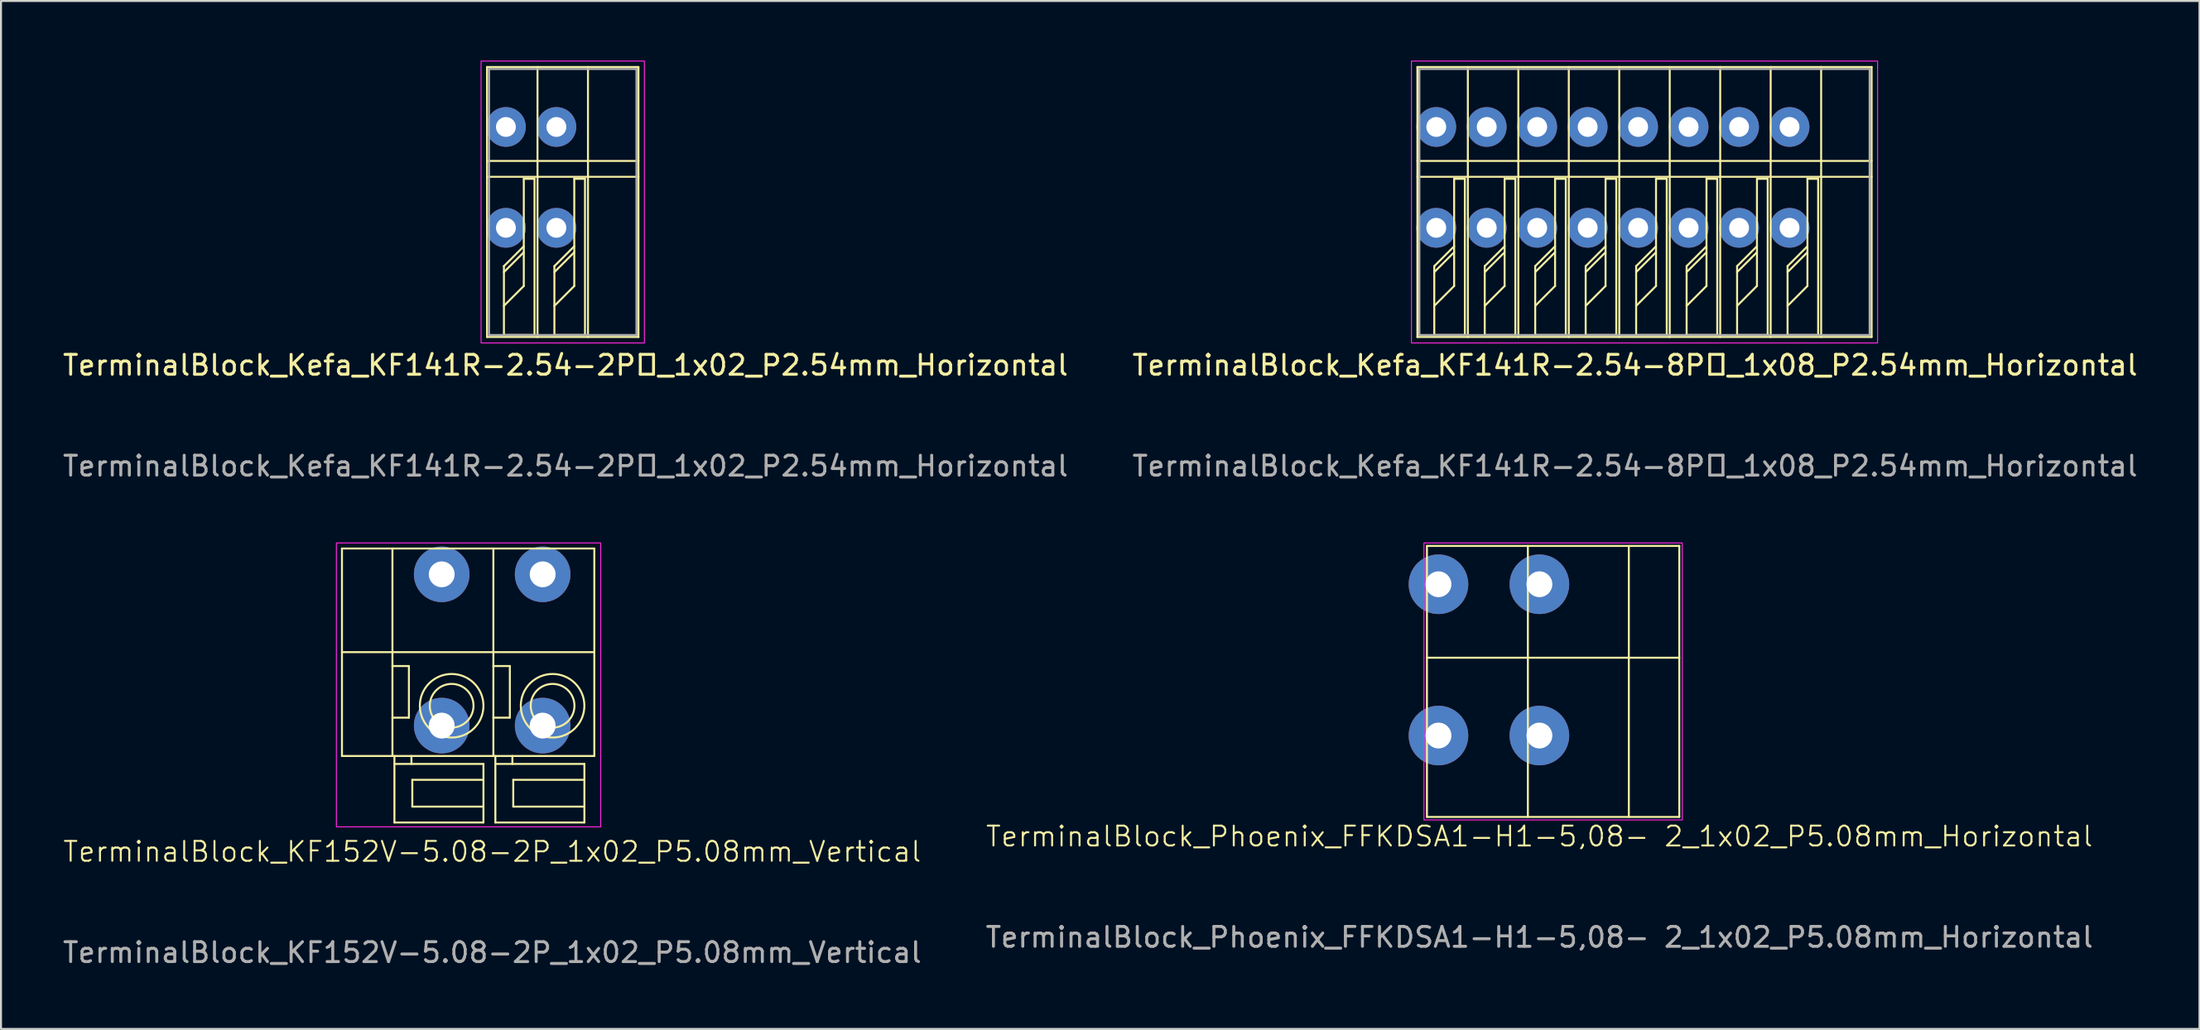
<source format=kicad_pcb>
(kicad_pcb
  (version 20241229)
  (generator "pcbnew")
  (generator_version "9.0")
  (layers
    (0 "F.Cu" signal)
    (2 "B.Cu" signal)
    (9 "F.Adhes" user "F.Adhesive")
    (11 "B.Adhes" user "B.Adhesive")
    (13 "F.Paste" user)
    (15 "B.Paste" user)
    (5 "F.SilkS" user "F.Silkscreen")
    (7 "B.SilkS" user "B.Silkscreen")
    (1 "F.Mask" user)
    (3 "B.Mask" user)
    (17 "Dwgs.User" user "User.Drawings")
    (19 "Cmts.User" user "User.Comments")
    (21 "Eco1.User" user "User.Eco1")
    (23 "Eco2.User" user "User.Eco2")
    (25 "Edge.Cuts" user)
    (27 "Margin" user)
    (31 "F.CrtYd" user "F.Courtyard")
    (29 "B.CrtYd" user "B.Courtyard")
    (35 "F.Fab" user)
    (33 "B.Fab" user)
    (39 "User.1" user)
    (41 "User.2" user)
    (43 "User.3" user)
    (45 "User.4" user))
  (footprint "TerminalBlock_Kefa_KF141R-2.54-2P_1x02_P2.54mm_Horizontal"
    (layer "F.Cu")
    (at 22.411 8.425)
    (property "Reference" "TerminalBlock_Kefa_KF141R-2.54-2P_1x02_P2.54mm_Horizontal" (at 3 6.92 0) (unlocked yes) (layer "F.SilkS") (effects (font (size 1 1) (thickness 0.15))))
    (attr through_hole)
    (fp_line (start -0.95 5.5) (end -0.95 -8.1) (stroke (width 0.1) (type default)) (layer "F.SilkS"))
    (fp_line (start -0.1 1.93) (end -0.1 5.4) (stroke (width 0.1) (type default)) (layer "F.SilkS"))
    (fp_line (start -0.1 1.93) (end 0.9 0.93) (stroke (width 0.1) (type default)) (layer "F.SilkS"))
    (fp_line (start -0.1 5.4) (end 1.44 5.4) (stroke (width 0.1) (type default)) (layer "F.SilkS"))
    (fp_line (start 0.9 -2.47) (end 0.9 2.93) (stroke (width 0.1) (type default)) (layer "F.SilkS"))
    (fp_line (start 0.9 -2.47) (end 1.44 -2.47) (stroke (width 0.1) (type default)) (layer "F.SilkS"))
    (fp_line (start 0.9 1.23) (end -0.1 2.23) (stroke (width 0.1) (type default)) (layer "F.SilkS"))
    (fp_line (start 0.9 2.93) (end -0.1 3.93) (stroke (width 0.1) (type default)) (layer "F.SilkS"))
    (fp_line (start 1.44 5.4) (end 1.44 -2.47) (stroke (width 0.1) (type default)) (layer "F.SilkS"))
    (fp_line (start 1.59 5.5) (end 1.59 -8.1) (stroke (width 0.1) (type default)) (layer "F.SilkS"))
    (fp_line (start 2.44 1.93) (end 2.44 5.4) (stroke (width 0.1) (type default)) (layer "F.SilkS"))
    (fp_line (start 2.44 1.93) (end 3.44 0.93) (stroke (width 0.1) (type default)) (layer "F.SilkS"))
    (fp_line (start 2.44 5.4) (end 3.98 5.4) (stroke (width 0.1) (type default)) (layer "F.SilkS"))
    (fp_line (start 3.44 -2.47) (end 3.44 2.93) (stroke (width 0.1) (type default)) (layer "F.SilkS"))
    (fp_line (start 3.44 -2.47) (end 3.98 -2.47) (stroke (width 0.1) (type default)) (layer "F.SilkS"))
    (fp_line (start 3.44 1.23) (end 2.44 2.23) (stroke (width 0.1) (type default)) (layer "F.SilkS"))
    (fp_line (start 3.44 2.93) (end 2.44 3.93) (stroke (width 0.1) (type default)) (layer "F.SilkS"))
    (fp_line (start 3.98 5.4) (end 3.98 -2.47) (stroke (width 0.1) (type default)) (layer "F.SilkS"))
    (fp_line (start 4.13 5.5) (end 4.13 -8.1) (stroke (width 0.1) (type default)) (layer "F.SilkS"))
    (fp_line (start 6.67 -8.1) (end -0.95 -8.1) (stroke (width 0.1) (type default)) (layer "F.SilkS"))
    (fp_line (start 6.67 -8.1) (end 6.67 5.5) (stroke (width 0.1) (type default)) (layer "F.SilkS"))
    (fp_line (start 6.67 -3.37) (end -0.95 -3.37) (stroke (width 0.1) (type default)) (layer "F.SilkS"))
    (fp_line (start 6.67 -2.57) (end -0.95 -2.57) (stroke (width 0.1) (type default)) (layer "F.SilkS"))
    (fp_line (start 6.67 5.5) (end -0.95 5.5) (stroke (width 0.1) (type default)) (layer "F.SilkS"))
    (fp_rect (start 6.97 5.8) (end -1.25 -8.4) (stroke (width 0.05) (type default)) (fill no) (layer "F.CrtYd"))
    (fp_line (start -0.85 -8) (end 6.57 -8) (stroke (width 0.1) (type default)) (layer "F.Fab"))
    (fp_line (start -0.85 5.4) (end -0.85 -8) (stroke (width 0.1) (type default)) (layer "F.Fab"))
    (fp_line (start 6.57 -8) (end 6.57 5.4) (stroke (width 0.1) (type default)) (layer "F.Fab"))
    (fp_line (start 6.57 5.4) (end -0.85 5.4) (stroke (width 0.1) (type default)) (layer "F.Fab"))
    (fp_text user "${REFERENCE}" (at 3 12 0) (unlocked yes) (layer "F.Fab") (effects (font (size 1 1) (thickness 0.15))))
    (pad "1" thru_hole circle (at 0 -5.08 180) (size 2 2) (drill 1) (layers "*.Cu" "*.Mask"))
    (pad "1" thru_hole circle (at 0 0 180) (size 2 2) (drill 1) (layers "*.Cu" "*.Mask"))
    (pad "2" thru_hole circle (at 2.54 -5.08 180) (size 2 2) (drill 1) (layers "*.Cu" "*.Mask"))
    (pad "2" thru_hole circle (at 2.54 0 180) (size 2 2) (drill 1) (layers "*.Cu" "*.Mask")))
  (footprint "TerminalBlock_Kefa_KF141R-2.54-8P_1x08_P2.54mm_Horizontal"
    (layer "F.Cu")
    (at 69.232 8.425)
    (property "Reference" "TerminalBlock_Kefa_KF141R-2.54-8P_1x08_P2.54mm_Horizontal" (at 10 6.92 0) (unlocked yes) (layer "F.SilkS") (effects (font (size 1 1) (thickness 0.15))))
    (attr through_hole)
    (fp_line (start -0.95 5.5) (end -0.95 -8.1) (stroke (width 0.1) (type default)) (layer "F.SilkS"))
    (fp_line (start -0.1 1.93) (end -0.1 5.4) (stroke (width 0.1) (type default)) (layer "F.SilkS"))
    (fp_line (start -0.1 1.93) (end 0.9 0.93) (stroke (width 0.1) (type default)) (layer "F.SilkS"))
    (fp_line (start -0.1 5.4) (end 1.44 5.4) (stroke (width 0.1) (type default)) (layer "F.SilkS"))
    (fp_line (start 0.9 -2.47) (end 0.9 2.93) (stroke (width 0.1) (type default)) (layer "F.SilkS"))
    (fp_line (start 0.9 -2.47) (end 1.44 -2.47) (stroke (width 0.1) (type default)) (layer "F.SilkS"))
    (fp_line (start 0.9 1.23) (end -0.1 2.23) (stroke (width 0.1) (type default)) (layer "F.SilkS"))
    (fp_line (start 0.9 2.93) (end -0.1 3.93) (stroke (width 0.1) (type default)) (layer "F.SilkS"))
    (fp_line (start 1.44 5.4) (end 1.44 -2.47) (stroke (width 0.1) (type default)) (layer "F.SilkS"))
    (fp_line (start 1.59 5.5) (end 1.59 -8.1) (stroke (width 0.1) (type default)) (layer "F.SilkS"))
    (fp_line (start 2.44 1.93) (end 2.44 5.4) (stroke (width 0.1) (type default)) (layer "F.SilkS"))
    (fp_line (start 2.44 1.93) (end 3.44 0.93) (stroke (width 0.1) (type default)) (layer "F.SilkS"))
    (fp_line (start 2.44 5.4) (end 3.98 5.4) (stroke (width 0.1) (type default)) (layer "F.SilkS"))
    (fp_line (start 3.44 -2.47) (end 3.44 2.93) (stroke (width 0.1) (type default)) (layer "F.SilkS"))
    (fp_line (start 3.44 -2.47) (end 3.98 -2.47) (stroke (width 0.1) (type default)) (layer "F.SilkS"))
    (fp_line (start 3.44 1.23) (end 2.44 2.23) (stroke (width 0.1) (type default)) (layer "F.SilkS"))
    (fp_line (start 3.44 2.93) (end 2.44 3.93) (stroke (width 0.1) (type default)) (layer "F.SilkS"))
    (fp_line (start 3.98 5.4) (end 3.98 -2.47) (stroke (width 0.1) (type default)) (layer "F.SilkS"))
    (fp_line (start 4.13 5.5) (end 4.13 -8.1) (stroke (width 0.1) (type default)) (layer "F.SilkS"))
    (fp_line (start 4.98 1.93) (end 4.98 5.4) (stroke (width 0.1) (type default)) (layer "F.SilkS"))
    (fp_line (start 4.98 1.93) (end 5.98 0.93) (stroke (width 0.1) (type default)) (layer "F.SilkS"))
    (fp_line (start 4.98 5.4) (end 6.52 5.4) (stroke (width 0.1) (type default)) (layer "F.SilkS"))
    (fp_line (start 5.98 -2.47) (end 5.98 2.93) (stroke (width 0.1) (type default)) (layer "F.SilkS"))
    (fp_line (start 5.98 -2.47) (end 6.52 -2.47) (stroke (width 0.1) (type default)) (layer "F.SilkS"))
    (fp_line (start 5.98 1.23) (end 4.98 2.23) (stroke (width 0.1) (type default)) (layer "F.SilkS"))
    (fp_line (start 5.98 2.93) (end 4.98 3.93) (stroke (width 0.1) (type default)) (layer "F.SilkS"))
    (fp_line (start 6.52 5.4) (end 6.52 -2.47) (stroke (width 0.1) (type default)) (layer "F.SilkS"))
    (fp_line (start 6.67 5.5) (end 6.67 -8.1) (stroke (width 0.1) (type default)) (layer "F.SilkS"))
    (fp_line (start 7.52 1.93) (end 7.52 5.4) (stroke (width 0.1) (type default)) (layer "F.SilkS"))
    (fp_line (start 7.52 1.93) (end 8.52 0.93) (stroke (width 0.1) (type default)) (layer "F.SilkS"))
    (fp_line (start 7.52 5.4) (end 9.06 5.4) (stroke (width 0.1) (type default)) (layer "F.SilkS"))
    (fp_line (start 8.52 -2.47) (end 8.52 2.93) (stroke (width 0.1) (type default)) (layer "F.SilkS"))
    (fp_line (start 8.52 -2.47) (end 9.06 -2.47) (stroke (width 0.1) (type default)) (layer "F.SilkS"))
    (fp_line (start 8.52 1.23) (end 7.52 2.23) (stroke (width 0.1) (type default)) (layer "F.SilkS"))
    (fp_line (start 8.52 2.93) (end 7.52 3.93) (stroke (width 0.1) (type default)) (layer "F.SilkS"))
    (fp_line (start 9.06 5.4) (end 9.06 -2.47) (stroke (width 0.1) (type default)) (layer "F.SilkS"))
    (fp_line (start 9.21 5.5) (end 9.21 -8.1) (stroke (width 0.1) (type default)) (layer "F.SilkS"))
    (fp_line (start 10.06 1.93) (end 10.06 5.4) (stroke (width 0.1) (type default)) (layer "F.SilkS"))
    (fp_line (start 10.06 1.93) (end 11.06 0.93) (stroke (width 0.1) (type default)) (layer "F.SilkS"))
    (fp_line (start 10.06 5.4) (end 11.6 5.4) (stroke (width 0.1) (type default)) (layer "F.SilkS"))
    (fp_line (start 11.06 -2.47) (end 11.06 2.93) (stroke (width 0.1) (type default)) (layer "F.SilkS"))
    (fp_line (start 11.06 -2.47) (end 11.6 -2.47) (stroke (width 0.1) (type default)) (layer "F.SilkS"))
    (fp_line (start 11.06 1.23) (end 10.06 2.23) (stroke (width 0.1) (type default)) (layer "F.SilkS"))
    (fp_line (start 11.06 2.93) (end 10.06 3.93) (stroke (width 0.1) (type default)) (layer "F.SilkS"))
    (fp_line (start 11.6 5.4) (end 11.6 -2.47) (stroke (width 0.1) (type default)) (layer "F.SilkS"))
    (fp_line (start 11.75 5.5) (end 11.75 -8.1) (stroke (width 0.1) (type default)) (layer "F.SilkS"))
    (fp_line (start 12.6 1.93) (end 12.6 5.4) (stroke (width 0.1) (type default)) (layer "F.SilkS"))
    (fp_line (start 12.6 1.93) (end 13.6 0.93) (stroke (width 0.1) (type default)) (layer "F.SilkS"))
    (fp_line (start 12.6 5.4) (end 14.14 5.4) (stroke (width 0.1) (type default)) (layer "F.SilkS"))
    (fp_line (start 13.6 -2.47) (end 13.6 2.93) (stroke (width 0.1) (type default)) (layer "F.SilkS"))
    (fp_line (start 13.6 -2.47) (end 14.14 -2.47) (stroke (width 0.1) (type default)) (layer "F.SilkS"))
    (fp_line (start 13.6 1.23) (end 12.6 2.23) (stroke (width 0.1) (type default)) (layer "F.SilkS"))
    (fp_line (start 13.6 2.93) (end 12.6 3.93) (stroke (width 0.1) (type default)) (layer "F.SilkS"))
    (fp_line (start 14.14 5.4) (end 14.14 -2.47) (stroke (width 0.1) (type default)) (layer "F.SilkS"))
    (fp_line (start 14.29 5.5) (end 14.29 -8.1) (stroke (width 0.1) (type default)) (layer "F.SilkS"))
    (fp_line (start 15.14 1.93) (end 15.14 5.4) (stroke (width 0.1) (type default)) (layer "F.SilkS"))
    (fp_line (start 15.14 1.93) (end 16.14 0.93) (stroke (width 0.1) (type default)) (layer "F.SilkS"))
    (fp_line (start 15.14 5.4) (end 16.68 5.4) (stroke (width 0.1) (type default)) (layer "F.SilkS"))
    (fp_line (start 16.14 -2.47) (end 16.14 2.93) (stroke (width 0.1) (type default)) (layer "F.SilkS"))
    (fp_line (start 16.14 -2.47) (end 16.68 -2.47) (stroke (width 0.1) (type default)) (layer "F.SilkS"))
    (fp_line (start 16.14 1.23) (end 15.14 2.23) (stroke (width 0.1) (type default)) (layer "F.SilkS"))
    (fp_line (start 16.14 2.93) (end 15.14 3.93) (stroke (width 0.1) (type default)) (layer "F.SilkS"))
    (fp_line (start 16.68 5.4) (end 16.68 -2.47) (stroke (width 0.1) (type default)) (layer "F.SilkS"))
    (fp_line (start 16.83 5.5) (end 16.83 -8.1) (stroke (width 0.1) (type default)) (layer "F.SilkS"))
    (fp_line (start 17.68 1.93) (end 17.68 5.4) (stroke (width 0.1) (type default)) (layer "F.SilkS"))
    (fp_line (start 17.68 1.93) (end 18.68 0.93) (stroke (width 0.1) (type default)) (layer "F.SilkS"))
    (fp_line (start 17.68 5.4) (end 19.22 5.4) (stroke (width 0.1) (type default)) (layer "F.SilkS"))
    (fp_line (start 18.68 -2.47) (end 18.68 2.93) (stroke (width 0.1) (type default)) (layer "F.SilkS"))
    (fp_line (start 18.68 -2.47) (end 19.22 -2.47) (stroke (width 0.1) (type default)) (layer "F.SilkS"))
    (fp_line (start 18.68 1.23) (end 17.68 2.23) (stroke (width 0.1) (type default)) (layer "F.SilkS"))
    (fp_line (start 18.68 2.93) (end 17.68 3.93) (stroke (width 0.1) (type default)) (layer "F.SilkS"))
    (fp_line (start 19.22 5.4) (end 19.22 -2.47) (stroke (width 0.1) (type default)) (layer "F.SilkS"))
    (fp_line (start 19.37 5.5) (end 19.37 -8.1) (stroke (width 0.1) (type default)) (layer "F.SilkS"))
    (fp_line (start 21.91 -8.1) (end -0.95 -8.1) (stroke (width 0.1) (type default)) (layer "F.SilkS"))
    (fp_line (start 21.91 -8.1) (end 21.91 5.5) (stroke (width 0.1) (type default)) (layer "F.SilkS"))
    (fp_line (start 21.91 -3.37) (end -0.95 -3.37) (stroke (width 0.1) (type default)) (layer "F.SilkS"))
    (fp_line (start 21.91 -2.57) (end -0.95 -2.57) (stroke (width 0.1) (type default)) (layer "F.SilkS"))
    (fp_line (start 21.91 5.5) (end -0.95 5.5) (stroke (width 0.1) (type default)) (layer "F.SilkS"))
    (fp_rect (start 22.21 5.8) (end -1.25 -8.4) (stroke (width 0.05) (type default)) (fill no) (layer "F.CrtYd"))
    (fp_line (start -0.85 -8) (end 21.81 -8) (stroke (width 0.1) (type default)) (layer "F.Fab"))
    (fp_line (start -0.85 5.4) (end -0.85 -8) (stroke (width 0.1) (type default)) (layer "F.Fab"))
    (fp_line (start 21.81 -8) (end 21.81 5.4) (stroke (width 0.1) (type default)) (layer "F.Fab"))
    (fp_line (start 21.81 5.4) (end -0.85 5.4) (stroke (width 0.1) (type default)) (layer "F.Fab"))
    (fp_text user "${REFERENCE}" (at 10 12 0) (unlocked yes) (layer "F.Fab") (effects (font (size 1 1) (thickness 0.15))))
    (pad "1" thru_hole circle (at 0 -5.08 180) (size 2 2) (drill 1) (layers "*.Cu" "*.Mask"))
    (pad "1" thru_hole circle (at 0 0 180) (size 2 2) (drill 1) (layers "*.Cu" "*.Mask"))
    (pad "2" thru_hole circle (at 2.54 -5.08 180) (size 2 2) (drill 1) (layers "*.Cu" "*.Mask"))
    (pad "2" thru_hole circle (at 2.54 0 180) (size 2 2) (drill 1) (layers "*.Cu" "*.Mask"))
    (pad "3" thru_hole circle (at 5.08 -5.08 180) (size 2 2) (drill 1) (layers "*.Cu" "*.Mask"))
    (pad "3" thru_hole circle (at 5.08 0 180) (size 2 2) (drill 1) (layers "*.Cu" "*.Mask"))
    (pad "4" thru_hole circle (at 7.62 -5.08 180) (size 2 2) (drill 1) (layers "*.Cu" "*.Mask"))
    (pad "4" thru_hole circle (at 7.62 0 180) (size 2 2) (drill 1) (layers "*.Cu" "*.Mask"))
    (pad "5" thru_hole circle (at 10.16 -5.08 180) (size 2 2) (drill 1) (layers "*.Cu" "*.Mask"))
    (pad "5" thru_hole circle (at 10.16 0 180) (size 2 2) (drill 1) (layers "*.Cu" "*.Mask"))
    (pad "6" thru_hole circle (at 12.7 -5.08 180) (size 2 2) (drill 1) (layers "*.Cu" "*.Mask"))
    (pad "6" thru_hole circle (at 12.7 0 180) (size 2 2) (drill 1) (layers "*.Cu" "*.Mask"))
    (pad "7" thru_hole circle (at 15.24 -5.08 180) (size 2 2) (drill 1) (layers "*.Cu" "*.Mask"))
    (pad "7" thru_hole circle (at 15.24 0 180) (size 2 2) (drill 1) (layers "*.Cu" "*.Mask"))
    (pad "8" thru_hole circle (at 17.78 -5.08 180) (size 2 2) (drill 1) (layers "*.Cu" "*.Mask"))
    (pad "8" thru_hole circle (at 17.78 0 180) (size 2 2) (drill 1) (layers "*.Cu" "*.Mask")))
  (footprint "TerminalBlock_Phoenix_FFKDSA1-H1-5,08- 2_1x02_P5.08mm_Horizontal"
    (layer "F.Cu")
    (at 69.343 33.998)
    (property "Reference" "TerminalBlock_Phoenix_FFKDSA1-H1-5,08- 2_1x02_P5.08mm_Horizontal" (at 5.08 5.08 0) (unlocked yes) (layer "F.SilkS") (effects (font (size 1 1) (thickness 0.1))))
    (attr through_hole)
    (fp_line (start -0.58 -9.55) (end 12.12 -9.55) (stroke (width 0.1) (type default)) (layer "F.SilkS"))
    (fp_line (start -0.58 4.1) (end -0.58 -9.55) (stroke (width 0.1) (type default)) (layer "F.SilkS"))
    (fp_line (start 4.5 4.1) (end 4.5 -9.55) (stroke (width 0.1) (type default)) (layer "F.SilkS"))
    (fp_line (start 9.58 4.1) (end 9.58 -9.55) (stroke (width 0.1) (type default)) (layer "F.SilkS"))
    (fp_line (start 12.12 -9.55) (end 12.12 4.1) (stroke (width 0.1) (type default)) (layer "F.SilkS"))
    (fp_line (start 12.12 -3.92) (end -0.58 -3.92) (stroke (width 0.1) (type default)) (layer "F.SilkS"))
    (fp_line (start 12.12 4.1) (end -0.58 4.1) (stroke (width 0.1) (type default)) (layer "F.SilkS"))
    (fp_rect (start 12.27 4.25) (end -0.73 -9.7) (stroke (width 0.05) (type default)) (fill no) (layer "F.CrtYd"))
    (fp_text user "${REFERENCE}" (at 5.08 10.16 0) (unlocked yes) (layer "F.Fab") (effects (font (size 1 1) (thickness 0.15))))
    (pad "1" thru_hole circle (at 0 -7.62 180) (size 3 3) (drill 1.3) (layers "*.Cu" "*.Mask"))
    (pad "1" thru_hole circle (at 0 0 180) (size 3 3) (drill 1.3) (layers "*.Cu" "*.Mask"))
    (pad "2" thru_hole circle (at 5.08 -7.62 180) (size 3 3) (drill 1.3) (layers "*.Cu" "*.Mask"))
    (pad "2" thru_hole circle (at 5.08 0 180) (size 3 3) (drill 1.3) (layers "*.Cu" "*.Mask")))
  (footprint "TerminalBlock_KF152V-5.08-2P_1x02_P5.08mm_Vertical"
    (layer "F.Cu")
    (at 19.18 33.498)
    (property "Reference" "TerminalBlock_KF152V-5.08-2P_1x02_P5.08mm_Vertical" (at 2.54 6.35 0) (unlocked yes) (layer "F.SilkS") (effects (font (size 1 1) (thickness 0.1))))
    (attr through_hole)
    (fp_line (start -5.02 -8.92) (end 7.68 -8.92) (stroke (width 0.1) (type default)) (layer "F.SilkS"))
    (fp_line (start -5.02 -3.7) (end 7.68 -3.7) (stroke (width 0.1) (type default)) (layer "F.SilkS"))
    (fp_line (start -5.02 1.53) (end -5.02 -8.92) (stroke (width 0.1) (type default)) (layer "F.SilkS"))
    (fp_line (start -5.02 1.53) (end 7.68 1.53) (stroke (width 0.1) (type default)) (layer "F.SilkS"))
    (fp_line (start -2.48 -8.92) (end -2.48 1.53) (stroke (width 0.1) (type default)) (layer "F.SilkS"))
    (fp_line (start -2.48 -3) (end -1.651 -3) (stroke (width 0.1) (type default)) (layer "F.SilkS"))
    (fp_line (start -2.38 1.93) (end 2.1 1.93) (stroke (width 0.1) (type default)) (layer "F.SilkS"))
    (fp_line (start -2.38 4.88) (end -2.38 1.53) (stroke (width 0.1) (type default)) (layer "F.SilkS"))
    (fp_line (start -1.651 -3) (end -1.651 -0.4) (stroke (width 0.1) (type default)) (layer "F.SilkS"))
    (fp_line (start -1.651 -0.4) (end -2.48 -0.4) (stroke (width 0.1) (type default)) (layer "F.SilkS"))
    (fp_line (start -1.524 1.93) (end -1.524 1.53) (stroke (width 0.1) (type default)) (layer "F.SilkS"))
    (fp_line (start -1.48 2.73) (end -1.48 4.08) (stroke (width 0.1) (type default)) (layer "F.SilkS"))
    (fp_line (start -1.48 4.08) (end 2.1 4.08) (stroke (width 0.1) (type default)) (layer "F.SilkS"))
    (fp_line (start 2.1 1.93) (end 2.1 4.88) (stroke (width 0.1) (type default)) (layer "F.SilkS"))
    (fp_line (start 2.1 2.73) (end -1.48 2.73) (stroke (width 0.1) (type default)) (layer "F.SilkS"))
    (fp_line (start 2.1 4.88) (end -2.38 4.88) (stroke (width 0.1) (type default)) (layer "F.SilkS"))
    (fp_line (start 2.6 -8.92) (end 2.6 1.53) (stroke (width 0.1) (type default)) (layer "F.SilkS"))
    (fp_line (start 2.6 -3) (end 3.429 -3) (stroke (width 0.1) (type default)) (layer "F.SilkS"))
    (fp_line (start 2.7 1.93) (end 7.18 1.93) (stroke (width 0.1) (type default)) (layer "F.SilkS"))
    (fp_line (start 2.7 4.88) (end 2.7 1.53) (stroke (width 0.1) (type default)) (layer "F.SilkS"))
    (fp_line (start 3.429 -3) (end 3.429 -0.4) (stroke (width 0.1) (type default)) (layer "F.SilkS"))
    (fp_line (start 3.429 -0.4) (end 2.6 -0.4) (stroke (width 0.1) (type default)) (layer "F.SilkS"))
    (fp_line (start 3.556 1.93) (end 3.556 1.53) (stroke (width 0.1) (type default)) (layer "F.SilkS"))
    (fp_line (start 3.6 2.73) (end 3.6 4.08) (stroke (width 0.1) (type default)) (layer "F.SilkS"))
    (fp_line (start 3.6 4.08) (end 7.18 4.08) (stroke (width 0.1) (type default)) (layer "F.SilkS"))
    (fp_line (start 7.18 1.93) (end 7.18 4.88) (stroke (width 0.1) (type default)) (layer "F.SilkS"))
    (fp_line (start 7.18 2.73) (end 3.6 2.73) (stroke (width 0.1) (type default)) (layer "F.SilkS"))
    (fp_line (start 7.18 4.88) (end 2.7 4.88) (stroke (width 0.1) (type default)) (layer "F.SilkS"))
    (fp_line (start 7.68 -8.92) (end 7.68 1.53) (stroke (width 0.1) (type default)) (layer "F.SilkS"))
    (fp_circle (center 0.5 -1) (end 1.6 -1) (stroke (width 0.1) (type default)) (fill no) (layer "F.SilkS"))
    (fp_circle (center 0.5 -1) (end 2.1 -1) (stroke (width 0.1) (type default)) (fill no) (layer "F.SilkS"))
    (fp_circle (center 5.58 -1) (end 6.68 -1) (stroke (width 0.1) (type default)) (fill no) (layer "F.SilkS"))
    (fp_circle (center 5.58 -1) (end 7.18 -1) (stroke (width 0.1) (type default)) (fill no) (layer "F.SilkS"))
    (fp_rect (start -5.3 -9.2) (end 8 5.1) (stroke (width 0.05) (type default)) (fill no) (layer "F.CrtYd"))
    (fp_text user "${REFERENCE}" (at 2.54 11.43 0) (unlocked yes) (layer "F.Fab") (effects (font (size 1 1) (thickness 0.15))))
    (pad "1" thru_hole circle (at 0 -7.62) (size 2.8 2.8) (drill 1.3) (layers "*.Cu" "*.Mask"))
    (pad "1" thru_hole circle (at 0 0) (size 2.8 2.8) (drill 1.3) (layers "*.Cu" "*.Mask"))
    (pad "2" thru_hole circle (at 5.08 -7.62) (size 2.8 2.8) (drill 1.3) (layers "*.Cu" "*.Mask"))
    (pad "2" thru_hole circle (at 5.08 0) (size 2.8 2.8) (drill 1.3) (layers "*.Cu" "*.Mask")))
  (gr_rect
    (start -3 -3)
    (end 107.643 48.776)
    (stroke (width 0.1) (type default))
    (fill no)
    (layer "Edge.Cuts")))
</source>
